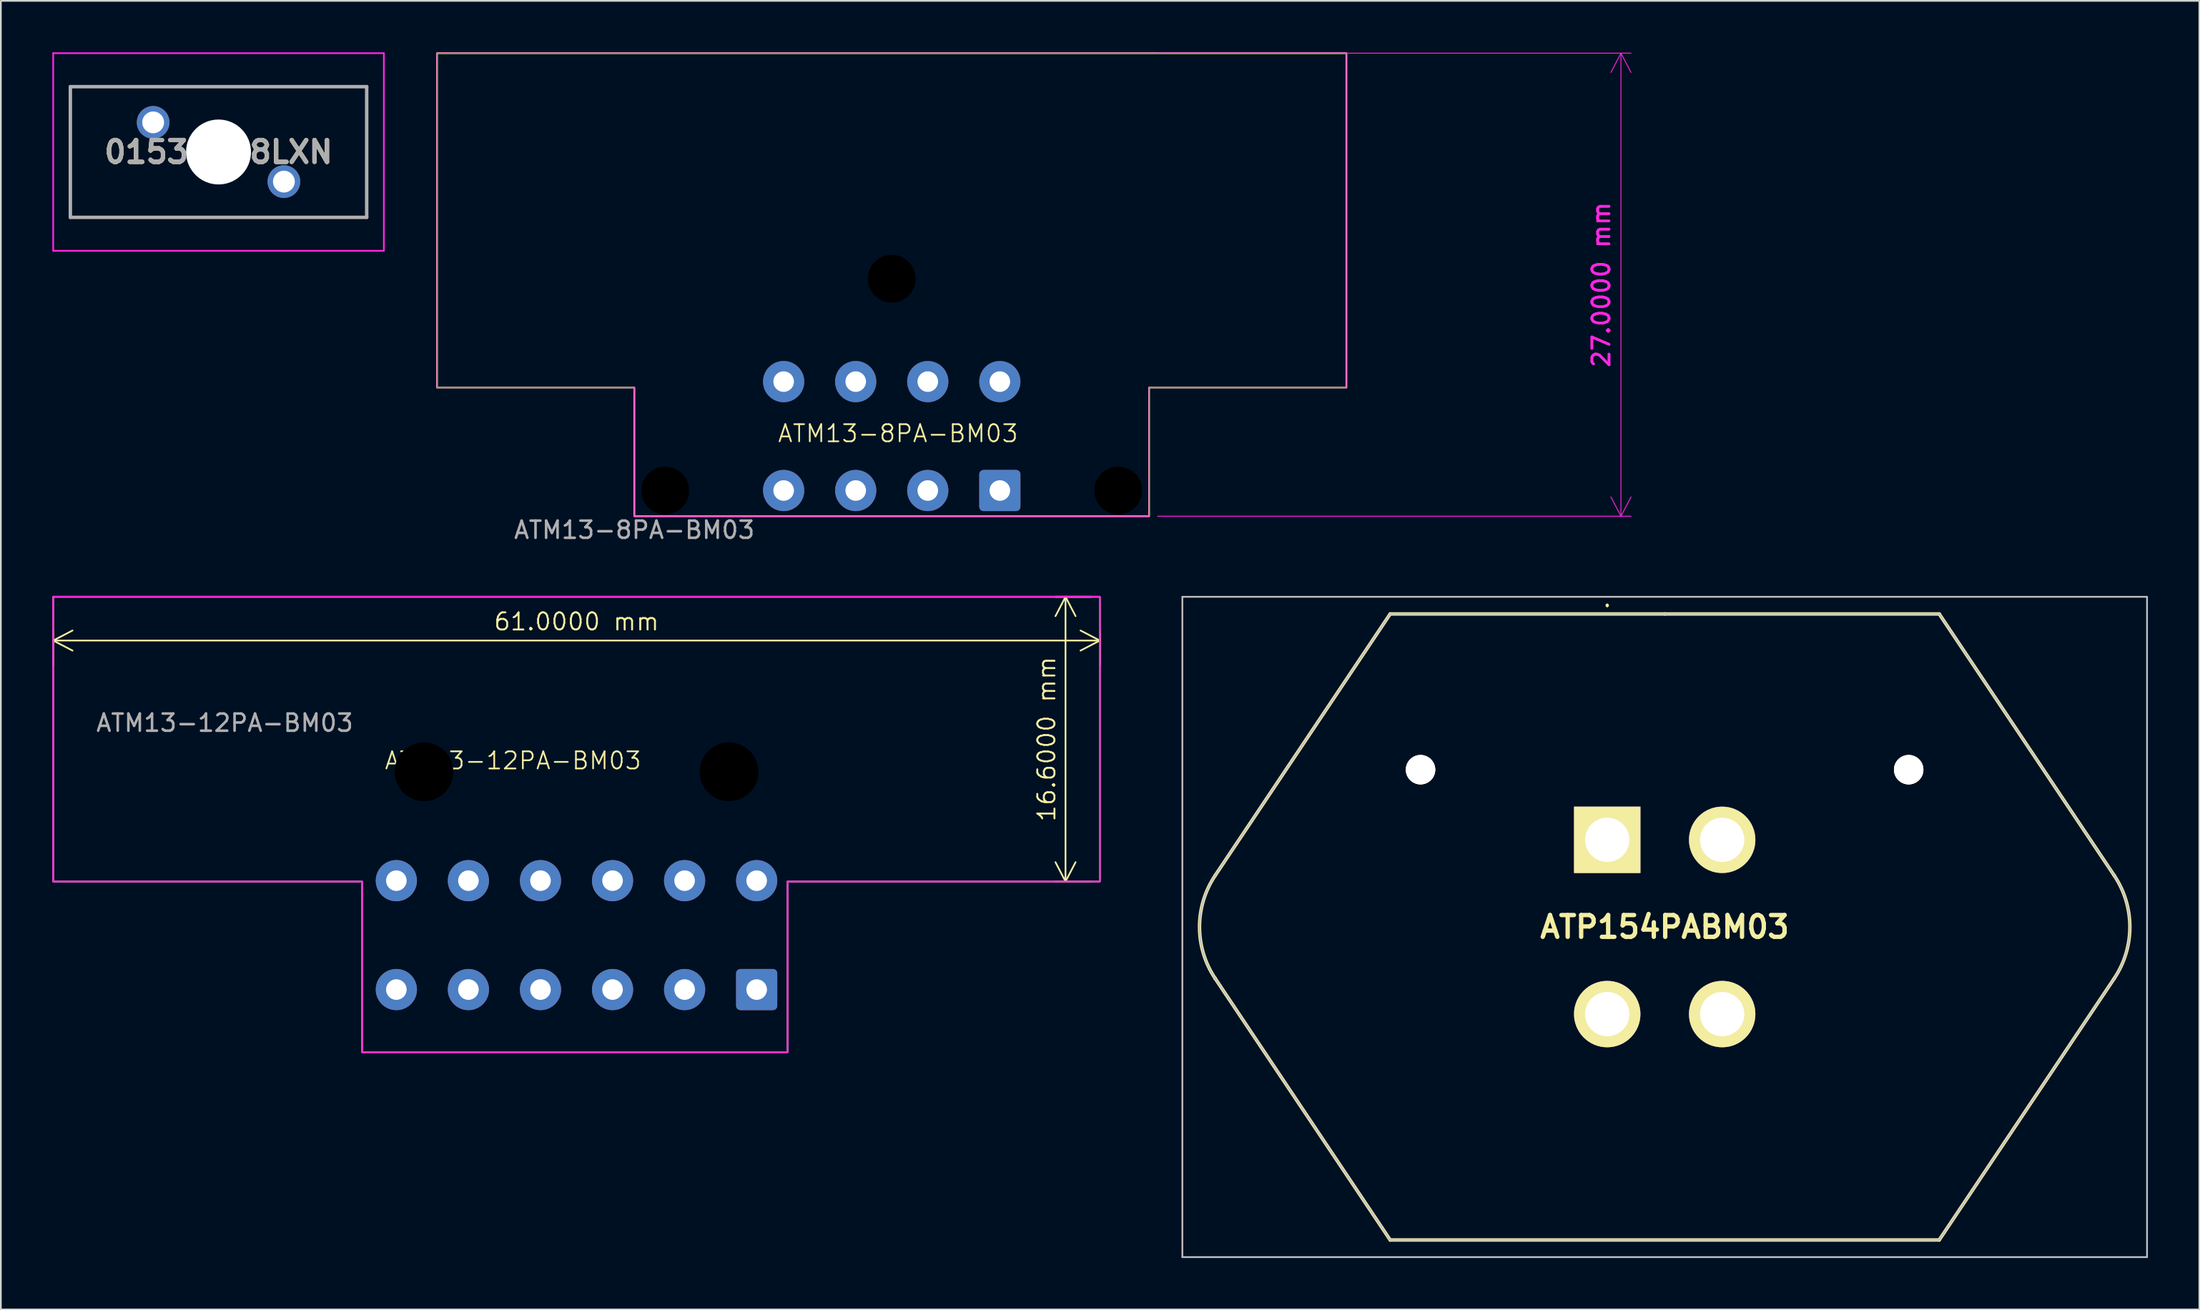
<source format=kicad_pcb>
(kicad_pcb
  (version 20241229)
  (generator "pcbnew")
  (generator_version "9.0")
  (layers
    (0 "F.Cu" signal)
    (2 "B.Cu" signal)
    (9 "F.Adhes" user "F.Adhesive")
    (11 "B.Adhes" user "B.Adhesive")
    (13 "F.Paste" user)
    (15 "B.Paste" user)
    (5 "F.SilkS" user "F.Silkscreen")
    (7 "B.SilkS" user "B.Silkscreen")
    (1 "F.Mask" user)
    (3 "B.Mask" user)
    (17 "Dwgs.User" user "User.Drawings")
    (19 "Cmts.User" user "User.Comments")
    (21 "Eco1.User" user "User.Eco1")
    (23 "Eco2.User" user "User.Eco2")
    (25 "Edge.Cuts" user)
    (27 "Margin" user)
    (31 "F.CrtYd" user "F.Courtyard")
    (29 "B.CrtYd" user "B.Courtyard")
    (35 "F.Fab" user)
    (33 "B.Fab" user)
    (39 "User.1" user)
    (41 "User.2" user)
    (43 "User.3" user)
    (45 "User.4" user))
  (footprint "01530008LXN"
    (layer "F.Cu")
    (at 7.959 9.622)
    (property "Reference" "01530008LXN" (at 1.727 -3.81 0) (layer "F.SilkS") (effects (font (size 1.27 1.27) (thickness 0.254))))
    (attr through_hole)
    (fp_line (start -6.909 -7.61) (end -6.909 -0.01) (stroke (width 0.1) (type solid)) (layer "F.SilkS"))
    (fp_line (start -6.909 -0.01) (end -2.473 -0.01) (stroke (width 0.1) (type solid)) (layer "F.SilkS"))
    (fp_line (start 0.327 -7.62) (end -6.909 -7.61) (stroke (width 0.1) (type solid)) (layer "F.SilkS"))
    (fp_line (start 5.527 -7.62) (end 10.363 -7.62) (stroke (width 0.1) (type solid)) (layer "F.SilkS"))
    (fp_line (start 10.363 -7.62) (end 10.363 -0.01) (stroke (width 0.1) (type solid)) (layer "F.SilkS"))
    (fp_line (start 10.363 -0.01) (end 3.727 0) (stroke (width 0.1) (type solid)) (layer "F.SilkS"))
    (fp_line (start -7.909 -9.572) (end 11.363 -9.572) (stroke (width 0.1) (type solid)) (layer "F.CrtYd"))
    (fp_line (start -7.909 1.952) (end -7.909 -9.572) (stroke (width 0.1) (type solid)) (layer "F.CrtYd"))
    (fp_line (start 11.363 -9.572) (end 11.363 1.952) (stroke (width 0.1) (type solid)) (layer "F.CrtYd"))
    (fp_line (start 11.363 1.952) (end -7.909 1.952) (stroke (width 0.1) (type solid)) (layer "F.CrtYd"))
    (fp_line (start -6.909 -7.62) (end 10.363 -7.62) (stroke (width 0.2) (type solid)) (layer "F.Fab"))
    (fp_line (start -6.909 0) (end -6.909 -7.62) (stroke (width 0.2) (type solid)) (layer "F.Fab"))
    (fp_line (start 10.363 -7.62) (end 10.363 0) (stroke (width 0.2) (type solid)) (layer "F.Fab"))
    (fp_line (start 10.363 0) (end -6.909 0) (stroke (width 0.2) (type solid)) (layer "F.Fab"))
    (fp_text user "${REFERENCE}" (at 1.727 -3.81 0) (layer "F.Fab") (effects (font (size 1.27 1.27) (thickness 0.254))))
    (pad "" np_thru_hole circle (at 1.727 -3.81) (size 3.785 3.785) (drill 3.785) (layers "*.Cu" "*.Mask"))
    (pad "1" thru_hole circle (at 5.537 -2.083 90) (size 1.905 1.905) (drill 1.27) (layers "*.Cu" "*.Mask"))
    (pad "2" thru_hole circle (at -2.083 -5.537 90) (size 1.905 1.905) (drill 1.27) (layers "*.Cu" "*.Mask")))
  (footprint "ATM13-12PA-BM03"
    (layer "F.Cu")
    (at 10.05 38.298)
    (property "Reference" "ATM13-12PA-BM03" (at 16.8 3 0) (unlocked yes) (layer "F.SilkS") (effects (font (size 1 1) (thickness 0.1))))
    (attr through_hole)
    (fp_poly (pts (xy 8 10.05) (xy 8 20) (xy 32.8 20) (xy 32.8 10.05) (xy 51 10.05) (xy 51 -6.55) (xy -10 -6.55) (xy -10 10.05)) (stroke (width 0.1) (type solid)) (fill no) (layer "F.SilkS"))
    (fp_poly (pts (xy 8 10.05) (xy 8 20) (xy 32.8 20) (xy 32.8 10.05) (xy 51 10.05) (xy 51 -6.55) (xy -10 -6.55) (xy -10 10.05)) (stroke (width 0.1) (type solid)) (fill no) (layer "F.CrtYd"))
    (fp_text user "${REFERENCE}" (at 0 0.8 0) (unlocked yes) (layer "F.Fab") (effects (font (size 1 1) (thickness 0.15))))
    (dimension (type aligned) (layer "F.SilkS") (pts (xy 0.05 36.248) (xy 61.05 36.248)) (height -1.95) (format (prefix "") (suffix "") (units 3) (units_format 1) (precision 4)) (style (thickness 0.1) (arrow_length 1.27) (text_position_mode 0) (arrow_direction outward) (extension_height 0.586) (extension_offset 0.5) (keep_text_aligned yes)) (gr_text "61.0000 mm" (at 30.55 33.198 0) (layer "F.SilkS") (effects (font (size 1 1) (thickness 0.1)))))
    (dimension (type aligned) (layer "F.SilkS") (pts (xy 61.05 48.348) (xy 61.05 31.748)) (height -2) (format (prefix "") (suffix "") (units 3) (units_format 1) (precision 4)) (style (thickness 0.1) (arrow_length 1.27) (text_position_mode 0) (arrow_direction outward) (extension_height 0.586) (extension_offset 0.5) (keep_text_aligned yes)) (gr_text "16.6000 mm" (at 57.95 40.048 90) (layer "F.SilkS") (effects (font (size 1 1) (thickness 0.1)))))
    (pad "" np_thru_hole circle (at 11.61 3.65) (size 3.43 3.43) (drill 3.43) (layers "*.Mask"))
    (pad "" np_thru_hole circle (at 29.39 3.65) (size 3.43 3.43) (drill 3.43) (layers "*.Mask"))
    (pad "1" thru_hole roundrect (at 31 16.35) (size 2.4 2.4) (drill 1.2) (layers "*.Cu" "*.Mask") (roundrect_rratio 0.104))
    (pad "2" thru_hole circle (at 26.8 16.35) (size 2.4 2.4) (drill 1.2) (layers "*.Cu" "*.Mask"))
    (pad "3" thru_hole circle (at 22.6 16.35) (size 2.4 2.4) (drill 1.2) (layers "*.Cu" "*.Mask"))
    (pad "4" thru_hole circle (at 18.4 16.35) (size 2.4 2.4) (drill 1.2) (layers "*.Cu" "*.Mask"))
    (pad "5" thru_hole circle (at 14.2 16.35) (size 2.4 2.4) (drill 1.2) (layers "*.Cu" "*.Mask"))
    (pad "6" thru_hole circle (at 10 16.35) (size 2.4 2.4) (drill 1.2) (layers "*.Cu" "*.Mask"))
    (pad "7" thru_hole circle (at 10 10) (size 2.4 2.4) (drill 1.2) (layers "*.Cu" "*.Mask"))
    (pad "8" thru_hole circle (at 14.2 10) (size 2.4 2.4) (drill 1.2) (layers "*.Cu" "*.Mask"))
    (pad "9" thru_hole circle (at 18.4 10) (size 2.4 2.4) (drill 1.2) (layers "*.Cu" "*.Mask"))
    (pad "10" thru_hole circle (at 22.6 10) (size 2.4 2.4) (drill 1.2) (layers "*.Cu" "*.Mask"))
    (pad "11" thru_hole circle (at 26.8 10) (size 2.4 2.4) (drill 1.2) (layers "*.Cu" "*.Mask"))
    (pad "12" thru_hole circle (at 31 10) (size 2.4 2.4) (drill 1.2) (layers "*.Cu" "*.Mask")))
  (footprint "ATM13-8PA-BM03"
    (layer "F.Cu")
    (at 33.922 27.05)
    (property "Reference" "ATM13-8PA-BM03" (at 15.367 -4.826 0) (unlocked yes) (layer "F.SilkS") (effects (font (size 1 1) (thickness 0.1))))
    (attr through_hole)
    (fp_poly (pts (xy -11.5 -27) (xy -11.5 -7.5) (xy 0 -7.5) (xy 0 0) (xy 30 0) (xy 30 -7.5) (xy 41.5 -7.5) (xy 41.5 -27)) (stroke (width 0.1) (type solid)) (fill no) (layer "F.SilkS"))
    (fp_poly (pts (xy 30 0) (xy 30 -7.5) (xy 41.5 -7.5) (xy 41.5 -27) (xy -11.5 -27) (xy -11.5 -7.5) (xy 0 -7.5) (xy 0 0)) (stroke (width 0.05) (type solid)) (fill no) (layer "F.CrtYd"))
    (fp_text user "${REFERENCE}" (at 0 0.8 0) (unlocked yes) (layer "F.Fab") (effects (font (size 1 1) (thickness 0.15))))
    (dimension (type aligned) (layer "F.CrtYd") (pts (xy 63.922 27.05) (xy 63.922 0.05)) (height 27.5) (format (prefix "") (suffix "") (units 3) (units_format 1) (precision 4)) (style (thickness 0.05) (arrow_length 1.27) (text_position_mode 0) (arrow_direction outward) (extension_height 0.586) (extension_offset 0.5) (keep_text_aligned yes)) (gr_text "27.0000 mm" (at 90.272 13.55 90) (layer "F.CrtYd") (effects (font (size 1 1) (thickness 0.15)))))
    (pad "" np_thru_hole circle (at 1.8 -1.5) (size 2.79 2.79) (drill 2.79) (layers "*.Mask"))
    (pad "" np_thru_hole circle (at 15 -13.85) (size 2.79 2.79) (drill 2.79) (layers "*.Mask"))
    (pad "" np_thru_hole circle (at 28.2 -1.5) (size 2.79 2.79) (drill 2.79) (layers "*.Mask"))
    (pad "1" thru_hole roundrect (at 21.3 -1.5) (size 2.4 2.4) (drill 1.2) (layers "*.Cu" "*.Mask") (roundrect_rratio 0.104))
    (pad "2" thru_hole circle (at 17.1 -1.5) (size 2.4 2.4) (drill 1.2) (layers "*.Cu" "*.Mask"))
    (pad "3" thru_hole circle (at 12.9 -1.5) (size 2.4 2.4) (drill 1.2) (layers "*.Cu" "*.Mask"))
    (pad "4" thru_hole circle (at 8.7 -1.5) (size 2.4 2.4) (drill 1.2) (layers "*.Cu" "*.Mask"))
    (pad "5" thru_hole circle (at 8.7 -7.85) (size 2.4 2.4) (drill 1.2) (layers "*.Cu" "*.Mask"))
    (pad "6" thru_hole circle (at 12.9 -7.85) (size 2.4 2.4) (drill 1.2) (layers "*.Cu" "*.Mask"))
    (pad "7" thru_hole circle (at 17.1 -7.85) (size 2.4 2.4) (drill 1.2) (layers "*.Cu" "*.Mask"))
    (pad "8" thru_hole circle (at 21.3 -7.85) (size 2.4 2.4) (drill 1.2) (layers "*.Cu" "*.Mask")))
  (footprint "ATP154PABM03"
    (layer "F.Cu")
    (at 90.621 45.918)
    (property "Reference" "ATP154PABM03" (at 3.35 5.08 0) (layer "F.SilkS") (effects (font (size 1.27 1.27) (thickness 0.254))))
    (attr through_hole exclude_from_pos_files)
    (fp_line (start -22.85 2.08) (end -12.65 -13.17) (stroke (width 0.2) (type solid)) (layer "F.SilkS"))
    (fp_line (start -22.85 8.08) (end -22.85 8.08) (stroke (width 0.2) (type solid)) (layer "F.SilkS"))
    (fp_line (start -12.65 -13.17) (end 3.35 -13.17) (stroke (width 0.2) (type solid)) (layer "F.SilkS"))
    (fp_line (start -12.65 23.33) (end -22.85 8.08) (stroke (width 0.2) (type solid)) (layer "F.SilkS"))
    (fp_line (start 0 -13.72) (end 0 -13.72) (stroke (width 0.1) (type solid)) (layer "F.SilkS"))
    (fp_line (start 0 -13.62) (end 0 -13.62) (stroke (width 0.1) (type solid)) (layer "F.SilkS"))
    (fp_line (start 3.35 -13.17) (end 19.35 -13.17) (stroke (width 0.2) (type solid)) (layer "F.SilkS"))
    (fp_line (start 19.35 -13.17) (end 29.55 2.08) (stroke (width 0.2) (type solid)) (layer "F.SilkS"))
    (fp_line (start 19.35 23.33) (end -12.65 23.33) (stroke (width 0.2) (type solid)) (layer "F.SilkS"))
    (fp_line (start 29.55 2.08) (end 29.55 2.08) (stroke (width 0.2) (type solid)) (layer "F.SilkS"))
    (fp_line (start 29.55 8.08) (end 19.35 23.33) (stroke (width 0.2) (type solid)) (layer "F.SilkS"))
    (fp_arc (start -22.85 8.08) (mid -23.760852 5.077968) (end -22.847739 2.076622) (stroke (width 0.2) (type solid)) (layer "F.SilkS"))
    (fp_arc (start 0 -13.72) (mid 0.05 -13.67) (end 0 -13.62) (stroke (width 0.1) (type solid)) (layer "F.SilkS"))
    (fp_arc (start 0 -13.62) (mid -0.05 -13.67) (end 0 -13.72) (stroke (width 0.1) (type solid)) (layer "F.SilkS"))
    (fp_arc (start 29.55 2.08) (mid 30.460852 5.082032) (end 29.547739 8.083378) (stroke (width 0.2) (type solid)) (layer "F.SilkS"))
    (fp_line (start -24.761 -14.17) (end -24.761 24.33) (stroke (width 0.1) (type solid)) (layer "Dwgs.User"))
    (fp_line (start -24.761 24.33) (end 31.461 24.33) (stroke (width 0.1) (type solid)) (layer "Dwgs.User"))
    (fp_line (start -22.85 2.08) (end -12.65 -13.17) (stroke (width 0.1) (type solid)) (layer "Dwgs.User"))
    (fp_line (start -22.85 8.08) (end -22.85 8.08) (stroke (width 0.1) (type solid)) (layer "Dwgs.User"))
    (fp_line (start -12.65 -13.17) (end 2.85 -13.17) (stroke (width 0.1) (type solid)) (layer "Dwgs.User"))
    (fp_line (start -12.65 23.33) (end -22.85 8.08) (stroke (width 0.1) (type solid)) (layer "Dwgs.User"))
    (fp_line (start 2.85 -13.17) (end 19.35 -13.17) (stroke (width 0.1) (type solid)) (layer "Dwgs.User"))
    (fp_line (start 19.35 -13.17) (end 29.55 2.08) (stroke (width 0.1) (type solid)) (layer "Dwgs.User"))
    (fp_line (start 19.35 23.33) (end -12.65 23.33) (stroke (width 0.1) (type solid)) (layer "Dwgs.User"))
    (fp_line (start 29.55 2.08) (end 29.55 2.08) (stroke (width 0.1) (type solid)) (layer "Dwgs.User"))
    (fp_line (start 29.55 8.08) (end 19.35 23.33) (stroke (width 0.1) (type solid)) (layer "Dwgs.User"))
    (fp_line (start 31.461 -14.17) (end -24.761 -14.17) (stroke (width 0.1) (type solid)) (layer "Dwgs.User"))
    (fp_line (start 31.461 24.33) (end 31.461 -14.17) (stroke (width 0.1) (type solid)) (layer "Dwgs.User"))
    (fp_arc (start -22.85 8.08) (mid -23.760852 5.077968) (end -22.847739 2.076622) (stroke (width 0.1) (type solid)) (layer "Dwgs.User"))
    (fp_arc (start 29.55 2.08) (mid 30.460852 5.082032) (end 29.547739 8.083378) (stroke (width 0.1) (type solid)) (layer "Dwgs.User"))
    (pad "1" thru_hole rect (at 0 0 90) (size 3.87 3.87) (drill 2.58) (layers "*.Cu" "*.Mask" "F.SilkS"))
    (pad "2" thru_hole circle (at 6.7 0 90) (size 3.87 3.87) (drill 2.58) (layers "*.Cu" "*.Mask" "F.SilkS"))
    (pad "3" thru_hole circle (at 6.7 10.16 90) (size 3.87 3.87) (drill 2.58) (layers "*.Cu" "*.Mask" "F.SilkS"))
    (pad "4" thru_hole circle (at 0 10.16 90) (size 3.87 3.87) (drill 2.58) (layers "*.Cu" "*.Mask" "F.SilkS"))
    (pad "5" thru_hole circle (at -10.88 -4.09 90) (size 1.715 1.715) (drill 3.43) (layers "*.Cu" "*.Mask" "F.SilkS"))
    (pad "6" thru_hole circle (at 17.57 -4.09 90) (size 1.715 1.715) (drill 3.43) (layers "*.Cu" "*.Mask" "F.SilkS")))
  (gr_rect
    (start -3 -3)
    (end 125.132 73.298)
    (stroke (width 0.1) (type default))
    (fill no)
    (layer "Edge.Cuts")))
</source>
